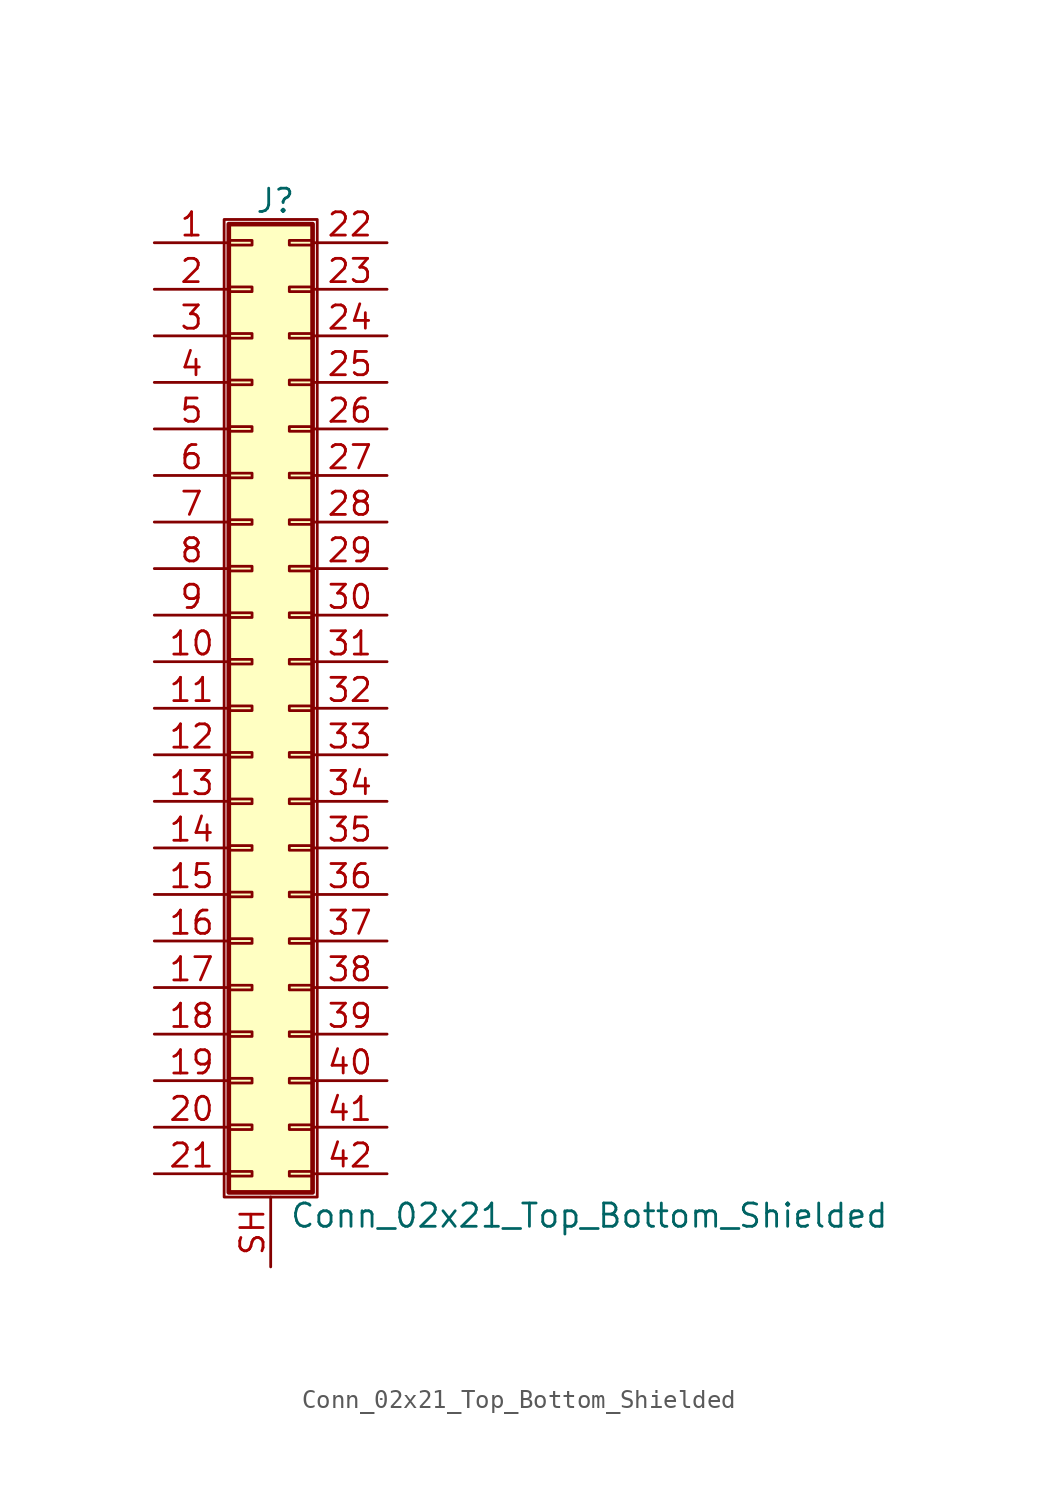
<source format=kicad_sym>
(kicad_symbol_lib
  (version 20201005)
  (generator kicad_symbol_editor)
  (symbol "Conn_02x21_Top_Bottom_Shielded"
    (pin_names
      (offset 1.016) hide)
    (property "Reference" "J"
      (at 1.524 27.686 0)
      (effects (font (size 1.27 1.27))))
    (property "Value" "Conn_02x21_Top_Bottom_Shielded"
      (at 2.286 -27.686 0)
      (effects (font (size 1.27 1.27)) (justify left)))
    (symbol "Conn_02x21_Top_Bottom_Shielded_1_1"
      (rectangle (start -1.27 26.67) (end 3.81 -26.67) (stroke (width 0.152)) (fill (type none)))
      (rectangle (start -1.016 -25.273) (end 0.254 -25.527) (stroke (width 0.152)) (fill (type none)))
      (rectangle (start -1.016 -22.733) (end 0.254 -22.987) (stroke (width 0.152)) (fill (type none)))
      (rectangle (start -1.016 -20.193) (end 0.254 -20.447) (stroke (width 0.152)) (fill (type none)))
      (rectangle (start -1.016 -17.653) (end 0.254 -17.907) (stroke (width 0.152)) (fill (type none)))
      (rectangle (start -1.016 -15.113) (end 0.254 -15.367) (stroke (width 0.152)) (fill (type none)))
      (rectangle (start -1.016 -12.573) (end 0.254 -12.827) (stroke (width 0.152)) (fill (type none)))
      (rectangle (start -1.016 -10.033) (end 0.254 -10.287) (stroke (width 0.152)) (fill (type none)))
      (rectangle (start -1.016 -7.493) (end 0.254 -7.747) (stroke (width 0.152)) (fill (type none)))
      (rectangle (start -1.016 -4.953) (end 0.254 -5.207) (stroke (width 0.152)) (fill (type none)))
      (rectangle (start -1.016 -2.413) (end 0.254 -2.667) (stroke (width 0.152)) (fill (type none)))
      (rectangle (start -1.016 0.127) (end 0.254 -0.127) (stroke (width 0.152)) (fill (type none)))
      (rectangle (start -1.016 2.667) (end 0.254 2.413) (stroke (width 0.152)) (fill (type none)))
      (rectangle (start -1.016 5.207) (end 0.254 4.953) (stroke (width 0.152)) (fill (type none)))
      (rectangle (start -1.016 7.747) (end 0.254 7.493) (stroke (width 0.152)) (fill (type none)))
      (rectangle (start -1.016 10.287) (end 0.254 10.033) (stroke (width 0.152)) (fill (type none)))
      (rectangle (start -1.016 12.827) (end 0.254 12.573) (stroke (width 0.152)) (fill (type none)))
      (rectangle (start -1.016 15.367) (end 0.254 15.113) (stroke (width 0.152)) (fill (type none)))
      (rectangle (start -1.016 17.907) (end 0.254 17.653) (stroke (width 0.152)) (fill (type none)))
      (rectangle (start -1.016 20.447) (end 0.254 20.193) (stroke (width 0.152)) (fill (type none)))
      (rectangle (start -1.016 22.987) (end 0.254 22.733) (stroke (width 0.152)) (fill (type none)))
      (rectangle (start -1.016 25.527) (end 0.254 25.273) (stroke (width 0.152)) (fill (type none)))
      (rectangle (start 3.556 -25.273) (end 2.286 -25.527) (stroke (width 0.152)) (fill (type none)))
      (rectangle (start 3.556 -22.733) (end 2.286 -22.987) (stroke (width 0.152)) (fill (type none)))
      (rectangle (start 3.556 -20.193) (end 2.286 -20.447) (stroke (width 0.152)) (fill (type none)))
      (rectangle (start 3.556 -17.653) (end 2.286 -17.907) (stroke (width 0.152)) (fill (type none)))
      (rectangle (start 3.556 -15.113) (end 2.286 -15.367) (stroke (width 0.152)) (fill (type none)))
      (rectangle (start 3.556 -12.573) (end 2.286 -12.827) (stroke (width 0.152)) (fill (type none)))
      (rectangle (start 3.556 -10.033) (end 2.286 -10.287) (stroke (width 0.152)) (fill (type none)))
      (rectangle (start 3.556 -7.493) (end 2.286 -7.747) (stroke (width 0.152)) (fill (type none)))
      (rectangle (start 3.556 -4.953) (end 2.286 -5.207) (stroke (width 0.152)) (fill (type none)))
      (rectangle (start 3.556 -2.413) (end 2.286 -2.667) (stroke (width 0.152)) (fill (type none)))
      (rectangle (start 3.556 0.127) (end 2.286 -0.127) (stroke (width 0.152)) (fill (type none)))
      (rectangle (start 3.556 2.667) (end 2.286 2.413) (stroke (width 0.152)) (fill (type none)))
      (rectangle (start 3.556 5.207) (end 2.286 4.953) (stroke (width 0.152)) (fill (type none)))
      (rectangle (start 3.556 7.747) (end 2.286 7.493) (stroke (width 0.152)) (fill (type none)))
      (rectangle (start 3.556 10.287) (end 2.286 10.033) (stroke (width 0.152)) (fill (type none)))
      (rectangle (start 3.556 12.827) (end 2.286 12.573) (stroke (width 0.152)) (fill (type none)))
      (rectangle (start 3.556 15.367) (end 2.286 15.113) (stroke (width 0.152)) (fill (type none)))
      (rectangle (start 3.556 17.907) (end 2.286 17.653) (stroke (width 0.152)) (fill (type none)))
      (rectangle (start 3.556 20.447) (end 2.286 20.193) (stroke (width 0.152)) (fill (type none)))
      (rectangle (start 3.556 22.987) (end 2.286 22.733) (stroke (width 0.152)) (fill (type none)))
      (rectangle (start 3.556 25.527) (end 2.286 25.273) (stroke (width 0.152)) (fill (type none)))
      (rectangle (start -1.016 26.416) (end 3.556 -26.416) (stroke (width 0.254)) (fill (type background)))
      (pin passive line (at -5.08 25.4 0) (length 4.064) (name "Pin_1" (effects (font (size 1.27 1.27)))) (number "1" (effects (font (size 1.27 1.27)))))
      (pin passive line (at -5.08 2.54 0) (length 4.064) (name "Pin_10" (effects (font (size 1.27 1.27)))) (number "10" (effects (font (size 1.27 1.27)))))
      (pin passive line (at -5.08 0 0) (length 4.064) (name "Pin_11" (effects (font (size 1.27 1.27)))) (number "11" (effects (font (size 1.27 1.27)))))
      (pin passive line (at -5.08 -2.54 0) (length 4.064) (name "Pin_12" (effects (font (size 1.27 1.27)))) (number "12" (effects (font (size 1.27 1.27)))))
      (pin passive line (at -5.08 -5.08 0) (length 4.064) (name "Pin_13" (effects (font (size 1.27 1.27)))) (number "13" (effects (font (size 1.27 1.27)))))
      (pin passive line (at -5.08 -7.62 0) (length 4.064) (name "Pin_14" (effects (font (size 1.27 1.27)))) (number "14" (effects (font (size 1.27 1.27)))))
      (pin passive line (at -5.08 -10.16 0) (length 4.064) (name "Pin_15" (effects (font (size 1.27 1.27)))) (number "15" (effects (font (size 1.27 1.27)))))
      (pin passive line (at -5.08 -12.7 0) (length 4.064) (name "Pin_16" (effects (font (size 1.27 1.27)))) (number "16" (effects (font (size 1.27 1.27)))))
      (pin passive line (at -5.08 -15.24 0) (length 4.064) (name "Pin_17" (effects (font (size 1.27 1.27)))) (number "17" (effects (font (size 1.27 1.27)))))
      (pin passive line (at -5.08 -17.78 0) (length 4.064) (name "Pin_18" (effects (font (size 1.27 1.27)))) (number "18" (effects (font (size 1.27 1.27)))))
      (pin passive line (at -5.08 -20.32 0) (length 4.064) (name "Pin_19" (effects (font (size 1.27 1.27)))) (number "19" (effects (font (size 1.27 1.27)))))
      (pin passive line (at -5.08 22.86 0) (length 4.064) (name "Pin_2" (effects (font (size 1.27 1.27)))) (number "2" (effects (font (size 1.27 1.27)))))
      (pin passive line (at -5.08 -22.86 0) (length 4.064) (name "Pin_20" (effects (font (size 1.27 1.27)))) (number "20" (effects (font (size 1.27 1.27)))))
      (pin passive line (at -5.08 -25.4 0) (length 4.064) (name "Pin_21" (effects (font (size 1.27 1.27)))) (number "21" (effects (font (size 1.27 1.27)))))
      (pin passive line (at 7.62 25.4 180) (length 4.064) (name "Pin_22" (effects (font (size 1.27 1.27)))) (number "22" (effects (font (size 1.27 1.27)))))
      (pin passive line (at 7.62 22.86 180) (length 4.064) (name "Pin_23" (effects (font (size 1.27 1.27)))) (number "23" (effects (font (size 1.27 1.27)))))
      (pin passive line (at 7.62 20.32 180) (length 4.064) (name "Pin_24" (effects (font (size 1.27 1.27)))) (number "24" (effects (font (size 1.27 1.27)))))
      (pin passive line (at 7.62 17.78 180) (length 4.064) (name "Pin_25" (effects (font (size 1.27 1.27)))) (number "25" (effects (font (size 1.27 1.27)))))
      (pin passive line (at 7.62 15.24 180) (length 4.064) (name "Pin_26" (effects (font (size 1.27 1.27)))) (number "26" (effects (font (size 1.27 1.27)))))
      (pin passive line (at 7.62 12.7 180) (length 4.064) (name "Pin_27" (effects (font (size 1.27 1.27)))) (number "27" (effects (font (size 1.27 1.27)))))
      (pin passive line (at 7.62 10.16 180) (length 4.064) (name "Pin_28" (effects (font (size 1.27 1.27)))) (number "28" (effects (font (size 1.27 1.27)))))
      (pin passive line (at 7.62 7.62 180) (length 4.064) (name "Pin_29" (effects (font (size 1.27 1.27)))) (number "29" (effects (font (size 1.27 1.27)))))
      (pin passive line (at -5.08 20.32 0) (length 4.064) (name "Pin_3" (effects (font (size 1.27 1.27)))) (number "3" (effects (font (size 1.27 1.27)))))
      (pin passive line (at 7.62 5.08 180) (length 4.064) (name "Pin_30" (effects (font (size 1.27 1.27)))) (number "30" (effects (font (size 1.27 1.27)))))
      (pin passive line (at 7.62 2.54 180) (length 4.064) (name "Pin_31" (effects (font (size 1.27 1.27)))) (number "31" (effects (font (size 1.27 1.27)))))
      (pin passive line (at 7.62 0 180) (length 4.064) (name "Pin_32" (effects (font (size 1.27 1.27)))) (number "32" (effects (font (size 1.27 1.27)))))
      (pin passive line (at 7.62 -2.54 180) (length 4.064) (name "Pin_33" (effects (font (size 1.27 1.27)))) (number "33" (effects (font (size 1.27 1.27)))))
      (pin passive line (at 7.62 -5.08 180) (length 4.064) (name "Pin_34" (effects (font (size 1.27 1.27)))) (number "34" (effects (font (size 1.27 1.27)))))
      (pin passive line (at 7.62 -7.62 180) (length 4.064) (name "Pin_35" (effects (font (size 1.27 1.27)))) (number "35" (effects (font (size 1.27 1.27)))))
      (pin passive line (at 7.62 -10.16 180) (length 4.064) (name "Pin_36" (effects (font (size 1.27 1.27)))) (number "36" (effects (font (size 1.27 1.27)))))
      (pin passive line (at 7.62 -12.7 180) (length 4.064) (name "Pin_37" (effects (font (size 1.27 1.27)))) (number "37" (effects (font (size 1.27 1.27)))))
      (pin passive line (at 7.62 -15.24 180) (length 4.064) (name "Pin_38" (effects (font (size 1.27 1.27)))) (number "38" (effects (font (size 1.27 1.27)))))
      (pin passive line (at 7.62 -17.78 180) (length 4.064) (name "Pin_39" (effects (font (size 1.27 1.27)))) (number "39" (effects (font (size 1.27 1.27)))))
      (pin passive line (at -5.08 17.78 0) (length 4.064) (name "Pin_4" (effects (font (size 1.27 1.27)))) (number "4" (effects (font (size 1.27 1.27)))))
      (pin passive line (at 7.62 -20.32 180) (length 4.064) (name "Pin_40" (effects (font (size 1.27 1.27)))) (number "40" (effects (font (size 1.27 1.27)))))
      (pin passive line (at 7.62 -22.86 180) (length 4.064) (name "Pin_41" (effects (font (size 1.27 1.27)))) (number "41" (effects (font (size 1.27 1.27)))))
      (pin passive line (at 7.62 -25.4 180) (length 4.064) (name "Pin_42" (effects (font (size 1.27 1.27)))) (number "42" (effects (font (size 1.27 1.27)))))
      (pin passive line (at -5.08 15.24 0) (length 4.064) (name "Pin_5" (effects (font (size 1.27 1.27)))) (number "5" (effects (font (size 1.27 1.27)))))
      (pin passive line (at -5.08 12.7 0) (length 4.064) (name "Pin_6" (effects (font (size 1.27 1.27)))) (number "6" (effects (font (size 1.27 1.27)))))
      (pin passive line (at -5.08 10.16 0) (length 4.064) (name "Pin_7" (effects (font (size 1.27 1.27)))) (number "7" (effects (font (size 1.27 1.27)))))
      (pin passive line (at -5.08 7.62 0) (length 4.064) (name "Pin_8" (effects (font (size 1.27 1.27)))) (number "8" (effects (font (size 1.27 1.27)))))
      (pin passive line (at -5.08 5.08 0) (length 4.064) (name "Pin_9" (effects (font (size 1.27 1.27)))) (number "9" (effects (font (size 1.27 1.27)))))
      (pin passive line (at 1.27 -30.48 90) (length 3.81) (name "Shield" (effects (font (size 1.27 1.27)))) (number "SH" (effects (font (size 1.27 1.27))))))))
</source>
